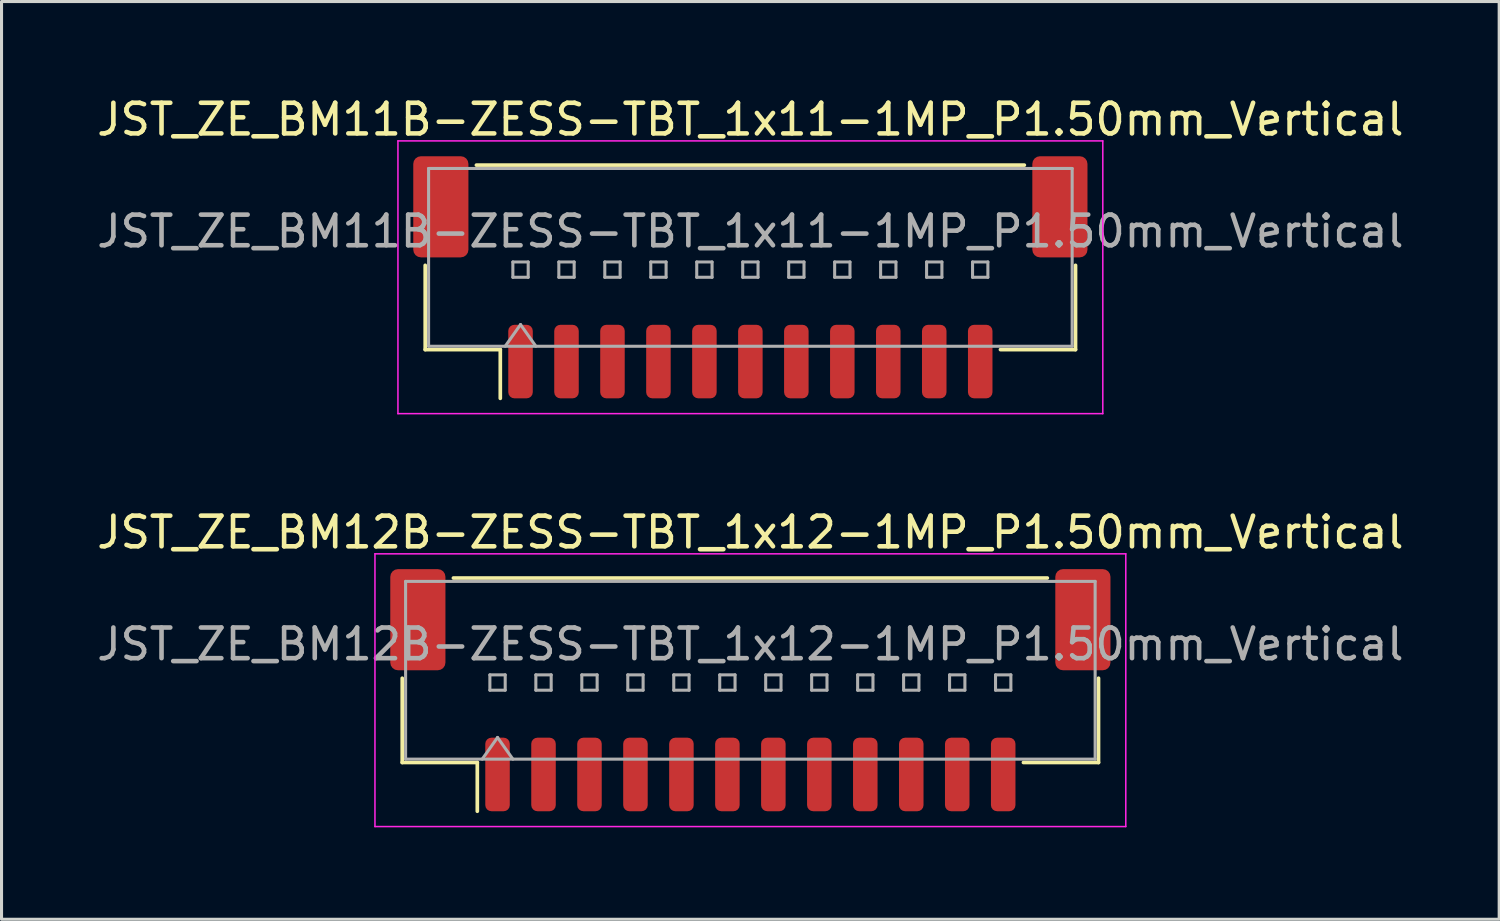
<source format=kicad_pcb>
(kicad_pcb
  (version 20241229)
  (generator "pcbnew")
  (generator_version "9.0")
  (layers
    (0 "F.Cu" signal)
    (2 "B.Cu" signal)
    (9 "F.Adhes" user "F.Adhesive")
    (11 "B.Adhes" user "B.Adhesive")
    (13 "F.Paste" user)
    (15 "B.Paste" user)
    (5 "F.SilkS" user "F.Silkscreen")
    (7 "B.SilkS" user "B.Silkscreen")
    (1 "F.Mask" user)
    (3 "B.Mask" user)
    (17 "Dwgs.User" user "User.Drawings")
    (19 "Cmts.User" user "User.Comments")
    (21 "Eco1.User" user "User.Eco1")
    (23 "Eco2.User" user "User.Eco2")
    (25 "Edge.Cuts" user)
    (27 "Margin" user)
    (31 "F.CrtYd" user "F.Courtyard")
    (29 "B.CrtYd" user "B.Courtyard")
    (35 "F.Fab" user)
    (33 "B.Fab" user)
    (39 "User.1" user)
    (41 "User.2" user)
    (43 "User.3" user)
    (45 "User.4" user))
  (footprint "JST_ZE_BM12B-ZESS-TBT_1x12-1MP_P1.50mm_Vertical"
    (layer "F.Cu")
    (at 21.435 19.471)
    (property "Reference" "JST_ZE_BM12B-ZESS-TBT_1x12-1MP_P1.50mm_Vertical" (at 0 -5.15 0) (layer "F.SilkS") (effects (font (size 1 1) (thickness 0.15))))
    (attr smd)
    (fp_line (start -11.36 -0.39) (end -11.36 2.36) (stroke (width 0.12) (type solid)) (layer "F.SilkS"))
    (fp_line (start -11.36 2.36) (end -8.91 2.36) (stroke (width 0.12) (type solid)) (layer "F.SilkS"))
    (fp_line (start -9.69 -3.66) (end 9.69 -3.66) (stroke (width 0.12) (type solid)) (layer "F.SilkS"))
    (fp_line (start -8.91 2.36) (end -8.91 3.95) (stroke (width 0.12) (type solid)) (layer "F.SilkS"))
    (fp_line (start 11.36 -0.39) (end 11.36 2.36) (stroke (width 0.12) (type solid)) (layer "F.SilkS"))
    (fp_line (start 11.36 2.36) (end 8.91 2.36) (stroke (width 0.12) (type solid)) (layer "F.SilkS"))
    (fp_line (start -12.25 -4.45) (end -12.25 4.45) (stroke (width 0.05) (type solid)) (layer "F.CrtYd"))
    (fp_line (start -12.25 4.45) (end 12.25 4.45) (stroke (width 0.05) (type solid)) (layer "F.CrtYd"))
    (fp_line (start 12.25 -4.45) (end -12.25 -4.45) (stroke (width 0.05) (type solid)) (layer "F.CrtYd"))
    (fp_line (start 12.25 4.45) (end 12.25 -4.45) (stroke (width 0.05) (type solid)) (layer "F.CrtYd"))
    (fp_line (start -11.25 -3.55) (end 11.25 -3.55) (stroke (width 0.1) (type solid)) (layer "F.Fab"))
    (fp_line (start -11.25 2.25) (end -11.25 -3.55) (stroke (width 0.1) (type solid)) (layer "F.Fab"))
    (fp_line (start -11.25 2.25) (end 11.25 2.25) (stroke (width 0.1) (type solid)) (layer "F.Fab"))
    (fp_line (start -8.75 2.25) (end -8.25 1.543) (stroke (width 0.1) (type solid)) (layer "F.Fab"))
    (fp_line (start -8.5 -0.5) (end -8.5 0) (stroke (width 0.1) (type solid)) (layer "F.Fab"))
    (fp_line (start -8.5 0) (end -8 0) (stroke (width 0.1) (type solid)) (layer "F.Fab"))
    (fp_line (start -8.25 1.543) (end -7.75 2.25) (stroke (width 0.1) (type solid)) (layer "F.Fab"))
    (fp_line (start -8 -0.5) (end -8.5 -0.5) (stroke (width 0.1) (type solid)) (layer "F.Fab"))
    (fp_line (start -8 0) (end -8 -0.5) (stroke (width 0.1) (type solid)) (layer "F.Fab"))
    (fp_line (start -7 -0.5) (end -7 0) (stroke (width 0.1) (type solid)) (layer "F.Fab"))
    (fp_line (start -7 0) (end -6.5 0) (stroke (width 0.1) (type solid)) (layer "F.Fab"))
    (fp_line (start -6.5 -0.5) (end -7 -0.5) (stroke (width 0.1) (type solid)) (layer "F.Fab"))
    (fp_line (start -6.5 0) (end -6.5 -0.5) (stroke (width 0.1) (type solid)) (layer "F.Fab"))
    (fp_line (start -5.5 -0.5) (end -5.5 0) (stroke (width 0.1) (type solid)) (layer "F.Fab"))
    (fp_line (start -5.5 0) (end -5 0) (stroke (width 0.1) (type solid)) (layer "F.Fab"))
    (fp_line (start -5 -0.5) (end -5.5 -0.5) (stroke (width 0.1) (type solid)) (layer "F.Fab"))
    (fp_line (start -5 0) (end -5 -0.5) (stroke (width 0.1) (type solid)) (layer "F.Fab"))
    (fp_line (start -4 -0.5) (end -4 0) (stroke (width 0.1) (type solid)) (layer "F.Fab"))
    (fp_line (start -4 0) (end -3.5 0) (stroke (width 0.1) (type solid)) (layer "F.Fab"))
    (fp_line (start -3.5 -0.5) (end -4 -0.5) (stroke (width 0.1) (type solid)) (layer "F.Fab"))
    (fp_line (start -3.5 0) (end -3.5 -0.5) (stroke (width 0.1) (type solid)) (layer "F.Fab"))
    (fp_line (start -2.5 -0.5) (end -2.5 0) (stroke (width 0.1) (type solid)) (layer "F.Fab"))
    (fp_line (start -2.5 0) (end -2 0) (stroke (width 0.1) (type solid)) (layer "F.Fab"))
    (fp_line (start -2 -0.5) (end -2.5 -0.5) (stroke (width 0.1) (type solid)) (layer "F.Fab"))
    (fp_line (start -2 0) (end -2 -0.5) (stroke (width 0.1) (type solid)) (layer "F.Fab"))
    (fp_line (start -1 -0.5) (end -1 0) (stroke (width 0.1) (type solid)) (layer "F.Fab"))
    (fp_line (start -1 0) (end -0.5 0) (stroke (width 0.1) (type solid)) (layer "F.Fab"))
    (fp_line (start -0.5 -0.5) (end -1 -0.5) (stroke (width 0.1) (type solid)) (layer "F.Fab"))
    (fp_line (start -0.5 0) (end -0.5 -0.5) (stroke (width 0.1) (type solid)) (layer "F.Fab"))
    (fp_line (start 0.5 -0.5) (end 0.5 0) (stroke (width 0.1) (type solid)) (layer "F.Fab"))
    (fp_line (start 0.5 0) (end 1 0) (stroke (width 0.1) (type solid)) (layer "F.Fab"))
    (fp_line (start 1 -0.5) (end 0.5 -0.5) (stroke (width 0.1) (type solid)) (layer "F.Fab"))
    (fp_line (start 1 0) (end 1 -0.5) (stroke (width 0.1) (type solid)) (layer "F.Fab"))
    (fp_line (start 2 -0.5) (end 2 0) (stroke (width 0.1) (type solid)) (layer "F.Fab"))
    (fp_line (start 2 0) (end 2.5 0) (stroke (width 0.1) (type solid)) (layer "F.Fab"))
    (fp_line (start 2.5 -0.5) (end 2 -0.5) (stroke (width 0.1) (type solid)) (layer "F.Fab"))
    (fp_line (start 2.5 0) (end 2.5 -0.5) (stroke (width 0.1) (type solid)) (layer "F.Fab"))
    (fp_line (start 3.5 -0.5) (end 3.5 0) (stroke (width 0.1) (type solid)) (layer "F.Fab"))
    (fp_line (start 3.5 0) (end 4 0) (stroke (width 0.1) (type solid)) (layer "F.Fab"))
    (fp_line (start 4 -0.5) (end 3.5 -0.5) (stroke (width 0.1) (type solid)) (layer "F.Fab"))
    (fp_line (start 4 0) (end 4 -0.5) (stroke (width 0.1) (type solid)) (layer "F.Fab"))
    (fp_line (start 5 -0.5) (end 5 0) (stroke (width 0.1) (type solid)) (layer "F.Fab"))
    (fp_line (start 5 0) (end 5.5 0) (stroke (width 0.1) (type solid)) (layer "F.Fab"))
    (fp_line (start 5.5 -0.5) (end 5 -0.5) (stroke (width 0.1) (type solid)) (layer "F.Fab"))
    (fp_line (start 5.5 0) (end 5.5 -0.5) (stroke (width 0.1) (type solid)) (layer "F.Fab"))
    (fp_line (start 6.5 -0.5) (end 6.5 0) (stroke (width 0.1) (type solid)) (layer "F.Fab"))
    (fp_line (start 6.5 0) (end 7 0) (stroke (width 0.1) (type solid)) (layer "F.Fab"))
    (fp_line (start 7 -0.5) (end 6.5 -0.5) (stroke (width 0.1) (type solid)) (layer "F.Fab"))
    (fp_line (start 7 0) (end 7 -0.5) (stroke (width 0.1) (type solid)) (layer "F.Fab"))
    (fp_line (start 8 -0.5) (end 8 0) (stroke (width 0.1) (type solid)) (layer "F.Fab"))
    (fp_line (start 8 0) (end 8.5 0) (stroke (width 0.1) (type solid)) (layer "F.Fab"))
    (fp_line (start 8.5 -0.5) (end 8 -0.5) (stroke (width 0.1) (type solid)) (layer "F.Fab"))
    (fp_line (start 8.5 0) (end 8.5 -0.5) (stroke (width 0.1) (type solid)) (layer "F.Fab"))
    (fp_line (start 11.25 2.25) (end 11.25 -3.55) (stroke (width 0.1) (type solid)) (layer "F.Fab"))
    (fp_text user "${REFERENCE}" (at 0 -1.5 0) (layer "F.Fab") (effects (font (size 1 1) (thickness 0.15))))
    (pad "1" smd roundrect (at -8.25 2.75) (size 0.8 2.4) (layers "F.Cu" "F.Mask" "F.Paste") (roundrect_rratio 0.25))
    (pad "2" smd roundrect (at -6.75 2.75) (size 0.8 2.4) (layers "F.Cu" "F.Mask" "F.Paste") (roundrect_rratio 0.25))
    (pad "3" smd roundrect (at -5.25 2.75) (size 0.8 2.4) (layers "F.Cu" "F.Mask" "F.Paste") (roundrect_rratio 0.25))
    (pad "4" smd roundrect (at -3.75 2.75) (size 0.8 2.4) (layers "F.Cu" "F.Mask" "F.Paste") (roundrect_rratio 0.25))
    (pad "5" smd roundrect (at -2.25 2.75) (size 0.8 2.4) (layers "F.Cu" "F.Mask" "F.Paste") (roundrect_rratio 0.25))
    (pad "6" smd roundrect (at -0.75 2.75) (size 0.8 2.4) (layers "F.Cu" "F.Mask" "F.Paste") (roundrect_rratio 0.25))
    (pad "7" smd roundrect (at 0.75 2.75) (size 0.8 2.4) (layers "F.Cu" "F.Mask" "F.Paste") (roundrect_rratio 0.25))
    (pad "8" smd roundrect (at 2.25 2.75) (size 0.8 2.4) (layers "F.Cu" "F.Mask" "F.Paste") (roundrect_rratio 0.25))
    (pad "9" smd roundrect (at 3.75 2.75) (size 0.8 2.4) (layers "F.Cu" "F.Mask" "F.Paste") (roundrect_rratio 0.25))
    (pad "10" smd roundrect (at 5.25 2.75) (size 0.8 2.4) (layers "F.Cu" "F.Mask" "F.Paste") (roundrect_rratio 0.25))
    (pad "11" smd roundrect (at 6.75 2.75) (size 0.8 2.4) (layers "F.Cu" "F.Mask" "F.Paste") (roundrect_rratio 0.25))
    (pad "12" smd roundrect (at 8.25 2.75) (size 0.8 2.4) (layers "F.Cu" "F.Mask" "F.Paste") (roundrect_rratio 0.25))
    (pad "MP" smd roundrect (at -10.85 -2.3) (size 1.8 3.3) (layers "F.Cu" "F.Mask" "F.Paste") (roundrect_rratio 0.139))
    (pad "MP" smd roundrect (at 10.85 -2.3) (size 1.8 3.3) (layers "F.Cu" "F.Mask" "F.Paste") (roundrect_rratio 0.139)))
  (footprint "JST_ZE_BM11B-ZESS-TBT_1x11-1MP_P1.50mm_Vertical"
    (layer "F.Cu")
    (at 21.435 5.998)
    (property "Reference" "JST_ZE_BM11B-ZESS-TBT_1x11-1MP_P1.50mm_Vertical" (at 0 -5.15 0) (layer "F.SilkS") (effects (font (size 1 1) (thickness 0.15))))
    (attr smd)
    (fp_line (start -10.61 -0.39) (end -10.61 2.36) (stroke (width 0.12) (type solid)) (layer "F.SilkS"))
    (fp_line (start -10.61 2.36) (end -8.16 2.36) (stroke (width 0.12) (type solid)) (layer "F.SilkS"))
    (fp_line (start -8.94 -3.66) (end 8.94 -3.66) (stroke (width 0.12) (type solid)) (layer "F.SilkS"))
    (fp_line (start -8.16 2.36) (end -8.16 3.95) (stroke (width 0.12) (type solid)) (layer "F.SilkS"))
    (fp_line (start 10.61 -0.39) (end 10.61 2.36) (stroke (width 0.12) (type solid)) (layer "F.SilkS"))
    (fp_line (start 10.61 2.36) (end 8.16 2.36) (stroke (width 0.12) (type solid)) (layer "F.SilkS"))
    (fp_line (start -11.5 -4.45) (end -11.5 4.45) (stroke (width 0.05) (type solid)) (layer "F.CrtYd"))
    (fp_line (start -11.5 4.45) (end 11.5 4.45) (stroke (width 0.05) (type solid)) (layer "F.CrtYd"))
    (fp_line (start 11.5 -4.45) (end -11.5 -4.45) (stroke (width 0.05) (type solid)) (layer "F.CrtYd"))
    (fp_line (start 11.5 4.45) (end 11.5 -4.45) (stroke (width 0.05) (type solid)) (layer "F.CrtYd"))
    (fp_line (start -10.5 -3.55) (end 10.5 -3.55) (stroke (width 0.1) (type solid)) (layer "F.Fab"))
    (fp_line (start -10.5 2.25) (end -10.5 -3.55) (stroke (width 0.1) (type solid)) (layer "F.Fab"))
    (fp_line (start -10.5 2.25) (end 10.5 2.25) (stroke (width 0.1) (type solid)) (layer "F.Fab"))
    (fp_line (start -8 2.25) (end -7.5 1.543) (stroke (width 0.1) (type solid)) (layer "F.Fab"))
    (fp_line (start -7.75 -0.5) (end -7.75 0) (stroke (width 0.1) (type solid)) (layer "F.Fab"))
    (fp_line (start -7.75 0) (end -7.25 0) (stroke (width 0.1) (type solid)) (layer "F.Fab"))
    (fp_line (start -7.5 1.543) (end -7 2.25) (stroke (width 0.1) (type solid)) (layer "F.Fab"))
    (fp_line (start -7.25 -0.5) (end -7.75 -0.5) (stroke (width 0.1) (type solid)) (layer "F.Fab"))
    (fp_line (start -7.25 0) (end -7.25 -0.5) (stroke (width 0.1) (type solid)) (layer "F.Fab"))
    (fp_line (start -6.25 -0.5) (end -6.25 0) (stroke (width 0.1) (type solid)) (layer "F.Fab"))
    (fp_line (start -6.25 0) (end -5.75 0) (stroke (width 0.1) (type solid)) (layer "F.Fab"))
    (fp_line (start -5.75 -0.5) (end -6.25 -0.5) (stroke (width 0.1) (type solid)) (layer "F.Fab"))
    (fp_line (start -5.75 0) (end -5.75 -0.5) (stroke (width 0.1) (type solid)) (layer "F.Fab"))
    (fp_line (start -4.75 -0.5) (end -4.75 0) (stroke (width 0.1) (type solid)) (layer "F.Fab"))
    (fp_line (start -4.75 0) (end -4.25 0) (stroke (width 0.1) (type solid)) (layer "F.Fab"))
    (fp_line (start -4.25 -0.5) (end -4.75 -0.5) (stroke (width 0.1) (type solid)) (layer "F.Fab"))
    (fp_line (start -4.25 0) (end -4.25 -0.5) (stroke (width 0.1) (type solid)) (layer "F.Fab"))
    (fp_line (start -3.25 -0.5) (end -3.25 0) (stroke (width 0.1) (type solid)) (layer "F.Fab"))
    (fp_line (start -3.25 0) (end -2.75 0) (stroke (width 0.1) (type solid)) (layer "F.Fab"))
    (fp_line (start -2.75 -0.5) (end -3.25 -0.5) (stroke (width 0.1) (type solid)) (layer "F.Fab"))
    (fp_line (start -2.75 0) (end -2.75 -0.5) (stroke (width 0.1) (type solid)) (layer "F.Fab"))
    (fp_line (start -1.75 -0.5) (end -1.75 0) (stroke (width 0.1) (type solid)) (layer "F.Fab"))
    (fp_line (start -1.75 0) (end -1.25 0) (stroke (width 0.1) (type solid)) (layer "F.Fab"))
    (fp_line (start -1.25 -0.5) (end -1.75 -0.5) (stroke (width 0.1) (type solid)) (layer "F.Fab"))
    (fp_line (start -1.25 0) (end -1.25 -0.5) (stroke (width 0.1) (type solid)) (layer "F.Fab"))
    (fp_line (start -0.25 -0.5) (end -0.25 0) (stroke (width 0.1) (type solid)) (layer "F.Fab"))
    (fp_line (start -0.25 0) (end 0.25 0) (stroke (width 0.1) (type solid)) (layer "F.Fab"))
    (fp_line (start 0.25 -0.5) (end -0.25 -0.5) (stroke (width 0.1) (type solid)) (layer "F.Fab"))
    (fp_line (start 0.25 0) (end 0.25 -0.5) (stroke (width 0.1) (type solid)) (layer "F.Fab"))
    (fp_line (start 1.25 -0.5) (end 1.25 0) (stroke (width 0.1) (type solid)) (layer "F.Fab"))
    (fp_line (start 1.25 0) (end 1.75 0) (stroke (width 0.1) (type solid)) (layer "F.Fab"))
    (fp_line (start 1.75 -0.5) (end 1.25 -0.5) (stroke (width 0.1) (type solid)) (layer "F.Fab"))
    (fp_line (start 1.75 0) (end 1.75 -0.5) (stroke (width 0.1) (type solid)) (layer "F.Fab"))
    (fp_line (start 2.75 -0.5) (end 2.75 0) (stroke (width 0.1) (type solid)) (layer "F.Fab"))
    (fp_line (start 2.75 0) (end 3.25 0) (stroke (width 0.1) (type solid)) (layer "F.Fab"))
    (fp_line (start 3.25 -0.5) (end 2.75 -0.5) (stroke (width 0.1) (type solid)) (layer "F.Fab"))
    (fp_line (start 3.25 0) (end 3.25 -0.5) (stroke (width 0.1) (type solid)) (layer "F.Fab"))
    (fp_line (start 4.25 -0.5) (end 4.25 0) (stroke (width 0.1) (type solid)) (layer "F.Fab"))
    (fp_line (start 4.25 0) (end 4.75 0) (stroke (width 0.1) (type solid)) (layer "F.Fab"))
    (fp_line (start 4.75 -0.5) (end 4.25 -0.5) (stroke (width 0.1) (type solid)) (layer "F.Fab"))
    (fp_line (start 4.75 0) (end 4.75 -0.5) (stroke (width 0.1) (type solid)) (layer "F.Fab"))
    (fp_line (start 5.75 -0.5) (end 5.75 0) (stroke (width 0.1) (type solid)) (layer "F.Fab"))
    (fp_line (start 5.75 0) (end 6.25 0) (stroke (width 0.1) (type solid)) (layer "F.Fab"))
    (fp_line (start 6.25 -0.5) (end 5.75 -0.5) (stroke (width 0.1) (type solid)) (layer "F.Fab"))
    (fp_line (start 6.25 0) (end 6.25 -0.5) (stroke (width 0.1) (type solid)) (layer "F.Fab"))
    (fp_line (start 7.25 -0.5) (end 7.25 0) (stroke (width 0.1) (type solid)) (layer "F.Fab"))
    (fp_line (start 7.25 0) (end 7.75 0) (stroke (width 0.1) (type solid)) (layer "F.Fab"))
    (fp_line (start 7.75 -0.5) (end 7.25 -0.5) (stroke (width 0.1) (type solid)) (layer "F.Fab"))
    (fp_line (start 7.75 0) (end 7.75 -0.5) (stroke (width 0.1) (type solid)) (layer "F.Fab"))
    (fp_line (start 10.5 2.25) (end 10.5 -3.55) (stroke (width 0.1) (type solid)) (layer "F.Fab"))
    (fp_text user "${REFERENCE}" (at 0 -1.5 0) (layer "F.Fab") (effects (font (size 1 1) (thickness 0.15))))
    (pad "1" smd roundrect (at -7.5 2.75) (size 0.8 2.4) (layers "F.Cu" "F.Mask" "F.Paste") (roundrect_rratio 0.25))
    (pad "2" smd roundrect (at -6 2.75) (size 0.8 2.4) (layers "F.Cu" "F.Mask" "F.Paste") (roundrect_rratio 0.25))
    (pad "3" smd roundrect (at -4.5 2.75) (size 0.8 2.4) (layers "F.Cu" "F.Mask" "F.Paste") (roundrect_rratio 0.25))
    (pad "4" smd roundrect (at -3 2.75) (size 0.8 2.4) (layers "F.Cu" "F.Mask" "F.Paste") (roundrect_rratio 0.25))
    (pad "5" smd roundrect (at -1.5 2.75) (size 0.8 2.4) (layers "F.Cu" "F.Mask" "F.Paste") (roundrect_rratio 0.25))
    (pad "6" smd roundrect (at 0 2.75) (size 0.8 2.4) (layers "F.Cu" "F.Mask" "F.Paste") (roundrect_rratio 0.25))
    (pad "7" smd roundrect (at 1.5 2.75) (size 0.8 2.4) (layers "F.Cu" "F.Mask" "F.Paste") (roundrect_rratio 0.25))
    (pad "8" smd roundrect (at 3 2.75) (size 0.8 2.4) (layers "F.Cu" "F.Mask" "F.Paste") (roundrect_rratio 0.25))
    (pad "9" smd roundrect (at 4.5 2.75) (size 0.8 2.4) (layers "F.Cu" "F.Mask" "F.Paste") (roundrect_rratio 0.25))
    (pad "10" smd roundrect (at 6 2.75) (size 0.8 2.4) (layers "F.Cu" "F.Mask" "F.Paste") (roundrect_rratio 0.25))
    (pad "11" smd roundrect (at 7.5 2.75) (size 0.8 2.4) (layers "F.Cu" "F.Mask" "F.Paste") (roundrect_rratio 0.25))
    (pad "MP" smd roundrect (at -10.1 -2.3) (size 1.8 3.3) (layers "F.Cu" "F.Mask" "F.Paste") (roundrect_rratio 0.139))
    (pad "MP" smd roundrect (at 10.1 -2.3) (size 1.8 3.3) (layers "F.Cu" "F.Mask" "F.Paste") (roundrect_rratio 0.139)))
  (gr_rect
    (start -3 -3)
    (end 45.869 26.947)
    (stroke (width 0.1) (type default))
    (fill no)
    (layer "Edge.Cuts")))
</source>
